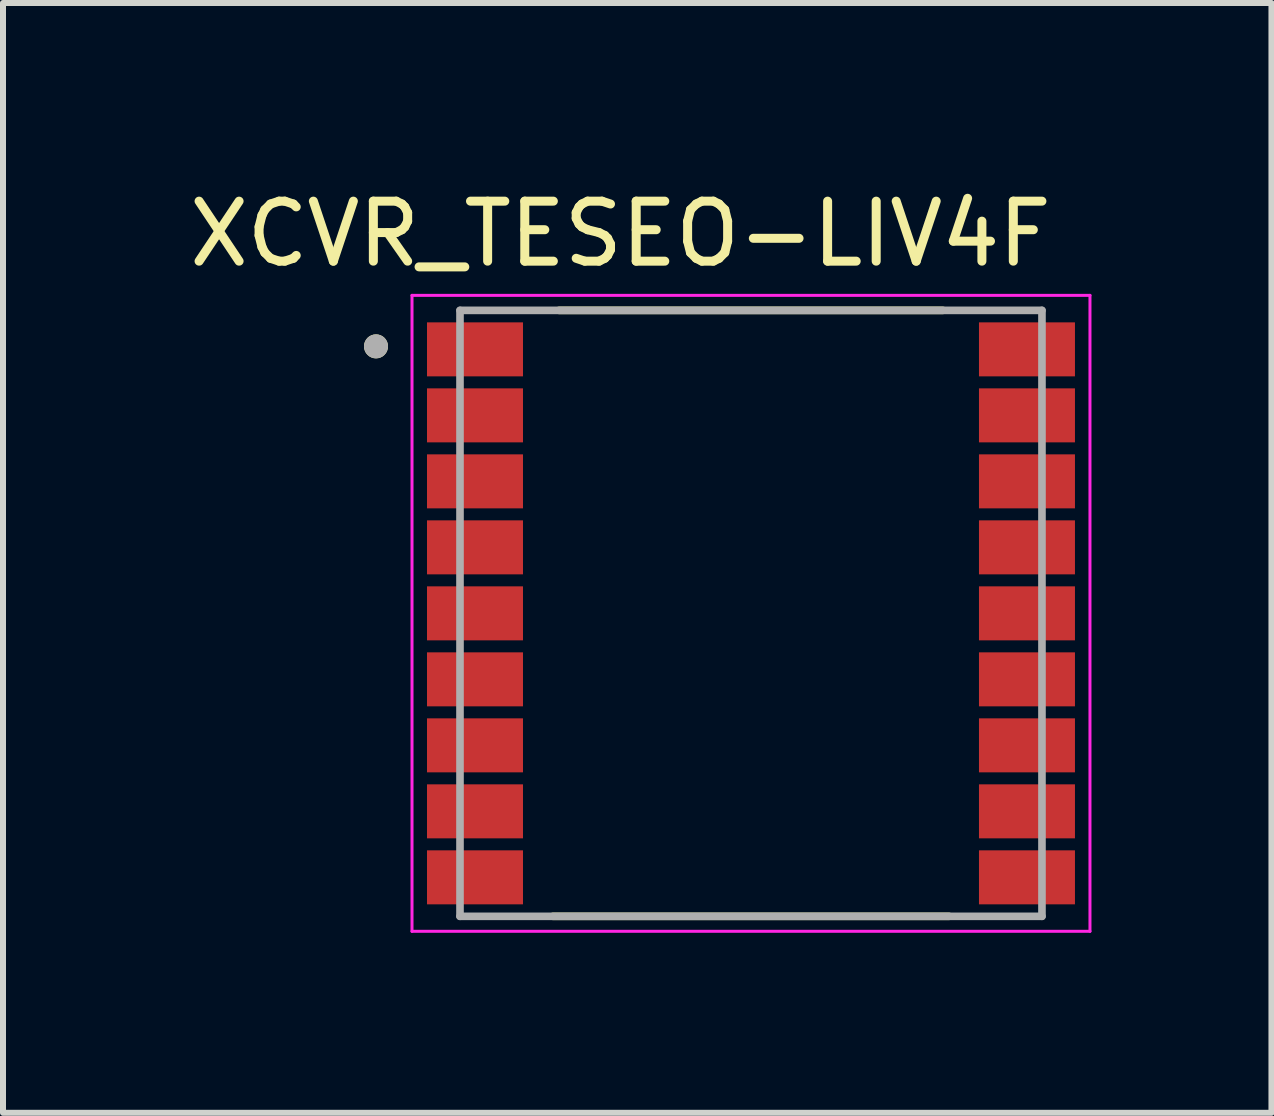
<source format=kicad_pcb>
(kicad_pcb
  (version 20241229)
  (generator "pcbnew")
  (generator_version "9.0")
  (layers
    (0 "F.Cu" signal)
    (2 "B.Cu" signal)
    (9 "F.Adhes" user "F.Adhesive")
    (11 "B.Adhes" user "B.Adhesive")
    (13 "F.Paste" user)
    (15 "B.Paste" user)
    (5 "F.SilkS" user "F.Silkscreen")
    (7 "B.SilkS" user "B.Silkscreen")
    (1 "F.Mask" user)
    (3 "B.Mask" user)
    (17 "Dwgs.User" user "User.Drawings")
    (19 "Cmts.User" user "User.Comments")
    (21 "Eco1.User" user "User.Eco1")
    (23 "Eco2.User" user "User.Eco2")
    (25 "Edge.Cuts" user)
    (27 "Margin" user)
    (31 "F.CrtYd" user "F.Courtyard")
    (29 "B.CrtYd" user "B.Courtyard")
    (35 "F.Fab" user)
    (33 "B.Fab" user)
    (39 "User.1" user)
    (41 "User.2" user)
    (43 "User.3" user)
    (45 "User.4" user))
  (footprint "XCVR_TESEO-LIV4F"
    (layer "F.Cu")
    (at 9.467 7.173)
    (property "Reference" "XCVR_TESEO-LIV4F" (at -2.175 -6.325 0) (layer "F.SilkS") (effects (font (size 1 1) (thickness 0.15))))
    (attr smd)
    (fp_line (start -3.2 -5.05) (end 3.2 -5.05) (stroke (width 0.127) (type solid)) (layer "F.SilkS"))
    (fp_line (start 3.3 5.05) (end -3.3 5.05) (stroke (width 0.127) (type solid)) (layer "F.SilkS"))
    (fp_circle (center -6.25 -4.45) (end -6.15 -4.45) (stroke (width 0.2) (type solid)) (fill no) (layer "F.SilkS"))
    (fp_line (start -5.65 -5.3) (end 5.65 -5.3) (stroke (width 0.05) (type solid)) (layer "F.CrtYd"))
    (fp_line (start -5.65 5.3) (end -5.65 -5.3) (stroke (width 0.05) (type solid)) (layer "F.CrtYd"))
    (fp_line (start 5.65 -5.3) (end 5.65 5.3) (stroke (width 0.05) (type solid)) (layer "F.CrtYd"))
    (fp_line (start 5.65 5.3) (end -5.65 5.3) (stroke (width 0.05) (type solid)) (layer "F.CrtYd"))
    (fp_line (start -4.85 -5.05) (end -4.85 5.05) (stroke (width 0.127) (type solid)) (layer "F.Fab"))
    (fp_line (start -4.85 5.05) (end 4.85 5.05) (stroke (width 0.127) (type solid)) (layer "F.Fab"))
    (fp_line (start 4.85 -5.05) (end -4.85 -5.05) (stroke (width 0.127) (type solid)) (layer "F.Fab"))
    (fp_line (start 4.85 5.05) (end 4.85 -5.05) (stroke (width 0.127) (type solid)) (layer "F.Fab"))
    (fp_circle (center -6.25 -4.45) (end -6.15 -4.45) (stroke (width 0.2) (type solid)) (fill no) (layer "F.Fab"))
    (pad "1" smd rect (at -4.6 -4.4) (size 1.6 0.9) (layers "F.Cu" "F.Mask" "F.Paste"))
    (pad "2" smd rect (at -4.6 -3.3) (size 1.6 0.9) (layers "F.Cu" "F.Mask" "F.Paste"))
    (pad "3" smd rect (at -4.6 -2.2) (size 1.6 0.9) (layers "F.Cu" "F.Mask" "F.Paste"))
    (pad "4" smd rect (at -4.6 -1.1) (size 1.6 0.9) (layers "F.Cu" "F.Mask" "F.Paste"))
    (pad "5" smd rect (at -4.6 0) (size 1.6 0.9) (layers "F.Cu" "F.Mask" "F.Paste"))
    (pad "6" smd rect (at -4.6 1.1) (size 1.6 0.9) (layers "F.Cu" "F.Mask" "F.Paste"))
    (pad "7" smd rect (at -4.6 2.2) (size 1.6 0.9) (layers "F.Cu" "F.Mask" "F.Paste"))
    (pad "8" smd rect (at -4.6 3.3) (size 1.6 0.9) (layers "F.Cu" "F.Mask" "F.Paste"))
    (pad "9" smd rect (at -4.6 4.4) (size 1.6 0.9) (layers "F.Cu" "F.Mask" "F.Paste"))
    (pad "10" smd rect (at 4.6 4.4) (size 1.6 0.9) (layers "F.Cu" "F.Mask" "F.Paste"))
    (pad "11" smd rect (at 4.6 3.3) (size 1.6 0.9) (layers "F.Cu" "F.Mask" "F.Paste"))
    (pad "12" smd rect (at 4.6 2.2) (size 1.6 0.9) (layers "F.Cu" "F.Mask" "F.Paste"))
    (pad "13" smd rect (at 4.6 1.1) (size 1.6 0.9) (layers "F.Cu" "F.Mask" "F.Paste"))
    (pad "14" smd rect (at 4.6 0) (size 1.6 0.9) (layers "F.Cu" "F.Mask" "F.Paste"))
    (pad "15" smd rect (at 4.6 -1.1) (size 1.6 0.9) (layers "F.Cu" "F.Mask" "F.Paste"))
    (pad "16" smd rect (at 4.6 -2.2) (size 1.6 0.9) (layers "F.Cu" "F.Mask" "F.Paste"))
    (pad "17" smd rect (at 4.6 -3.3) (size 1.6 0.9) (layers "F.Cu" "F.Mask" "F.Paste"))
    (pad "18" smd rect (at 4.6 -4.4) (size 1.6 0.9) (layers "F.Cu" "F.Mask" "F.Paste")))
  (gr_rect
    (start -3 -3)
    (end 18.142 15.498)
    (stroke (width 0.1) (type default))
    (fill no)
    (layer "Edge.Cuts")))
</source>
